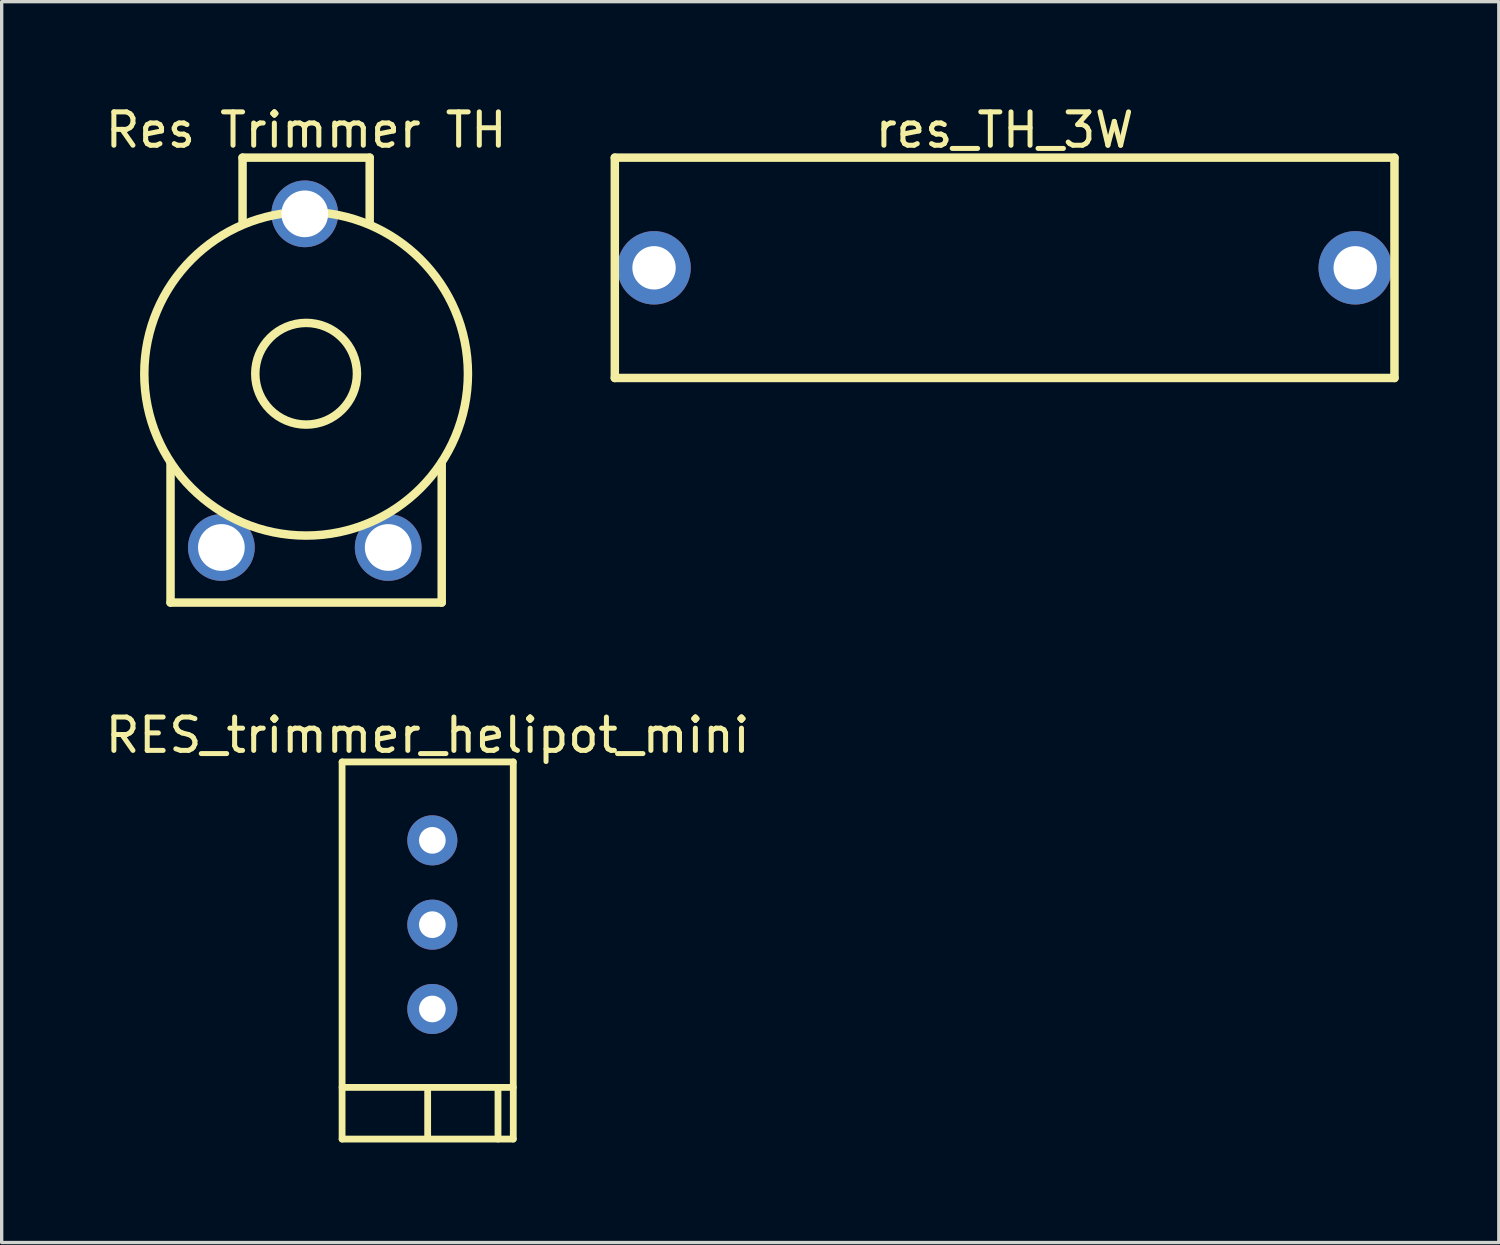
<source format=kicad_pcb>
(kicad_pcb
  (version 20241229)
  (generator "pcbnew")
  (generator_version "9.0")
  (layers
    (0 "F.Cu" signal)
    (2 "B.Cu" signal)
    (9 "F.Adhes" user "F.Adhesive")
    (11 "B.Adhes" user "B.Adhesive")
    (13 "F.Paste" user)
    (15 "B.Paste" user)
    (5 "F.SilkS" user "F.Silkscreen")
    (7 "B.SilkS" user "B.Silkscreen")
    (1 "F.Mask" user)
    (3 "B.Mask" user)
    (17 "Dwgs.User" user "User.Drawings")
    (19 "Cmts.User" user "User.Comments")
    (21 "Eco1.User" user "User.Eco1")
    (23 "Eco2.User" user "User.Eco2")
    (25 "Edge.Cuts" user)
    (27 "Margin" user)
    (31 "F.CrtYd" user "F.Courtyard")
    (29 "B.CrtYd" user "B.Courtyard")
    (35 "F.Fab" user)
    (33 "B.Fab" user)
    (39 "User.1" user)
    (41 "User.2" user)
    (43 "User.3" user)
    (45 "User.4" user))
  (footprint "res_TH_3W"
    (layer "F.Cu")
    (at 27.061 4.977)
    (property "Reference" "res_TH_3W" (at 0 -4.129 0) (layer "F.SilkS") (effects (font (size 1 1) (thickness 0.15))))
    (fp_line (start -11.684 -3.302) (end 11.684 -3.302) (stroke (width 0.254) (type solid)) (layer "F.SilkS"))
    (fp_line (start -11.684 3.302) (end -11.684 -3.302) (stroke (width 0.254) (type solid)) (layer "F.SilkS"))
    (fp_line (start -11.684 3.302) (end 11.684 3.302) (stroke (width 0.254) (type solid)) (layer "F.SilkS"))
    (fp_line (start 11.684 3.302) (end 11.684 -3.302) (stroke (width 0.254) (type solid)) (layer "F.SilkS"))
    (pad "1" thru_hole circle (at -10.508 0) (size 2.2 2.2) (drill 1.3) (layers "*.Cu" "*.Mask"))
    (pad "2" thru_hole circle (at 10.508 0) (size 2.2 2.2) (drill 1.3) (layers "*.Cu" "*.Mask")))
  (footprint "Res Trimmer TH"
    (layer "F.Cu")
    (at 6.085 8.359)
    (property "Reference" "Res Trimmer TH" (at 0.04 -7.511 0) (layer "F.SilkS") (effects (font (size 1 1) (thickness 0.15))))
    (fp_line (start -4.024 6.651) (end -4.024 2.46) (stroke (width 0.254) (type solid)) (layer "F.SilkS"))
    (fp_line (start -4.024 6.651) (end 4.104 6.651) (stroke (width 0.254) (type solid)) (layer "F.SilkS"))
    (fp_line (start -1.865 -6.684) (end 1.945 -6.684) (stroke (width 0.254) (type solid)) (layer "F.SilkS"))
    (fp_line (start -1.865 -4.779) (end -1.865 -6.684) (stroke (width 0.254) (type solid)) (layer "F.SilkS"))
    (fp_line (start 1.945 -4.779) (end 1.945 -6.684) (stroke (width 0.254) (type solid)) (layer "F.SilkS"))
    (fp_line (start 4.104 6.651) (end 4.104 2.46) (stroke (width 0.254) (type solid)) (layer "F.SilkS"))
    (fp_circle (center 0.04 -0.207) (end 0.04 -5.057) (stroke (width 0.254) (type solid)) (fill no) (layer "F.SilkS"))
    (fp_circle (center 0.04 -0.207) (end 0.04 -1.731) (stroke (width 0.254) (type solid)) (fill no) (layer "F.SilkS"))
    (pad "1" thru_hole circle (at -2.5 5) (size 2 2) (drill 1.4) (layers "*.Cu" "*.Mask"))
    (pad "2" thru_hole circle (at 0 -5) (size 2 2) (drill 1.4) (layers "*.Cu" "*.Mask"))
    (pad "3" thru_hole circle (at 2.5 5) (size 2 2) (drill 1.4) (layers "*.Cu" "*.Mask")))
  (footprint "RES_trimmer_helipot_mini"
    (layer "F.Cu")
    (at 9.908 24.664)
    (property "Reference" "RES_trimmer_helipot_mini" (at -0.14 -5.678 0) (layer "F.SilkS") (effects (font (size 1 1) (thickness 0.15))))
    (fp_line (start -2.705 -4.877) (end 2.426 -4.877) (stroke (width 0.203) (type solid)) (layer "F.SilkS"))
    (fp_line (start -2.705 4.877) (end 2.426 4.877) (stroke (width 0.203) (type solid)) (layer "F.SilkS"))
    (fp_line (start -2.705 6.426) (end -2.705 -4.877) (stroke (width 0.203) (type solid)) (layer "F.SilkS"))
    (fp_line (start -2.705 6.426) (end 2.426 6.426) (stroke (width 0.203) (type solid)) (layer "F.SilkS"))
    (fp_line (start -0.14 6.401) (end -0.14 4.902) (stroke (width 0.203) (type solid)) (layer "F.SilkS"))
    (fp_line (start 1.968 6.426) (end 1.968 4.928) (stroke (width 0.203) (type solid)) (layer "F.SilkS"))
    (fp_line (start 2.426 6.426) (end 2.426 -4.877) (stroke (width 0.203) (type solid)) (layer "F.SilkS"))
    (pad "1" thru_hole circle (at 0 -2.527) (size 1.5 1.5) (drill 0.8) (layers "*.Cu" "*.Mask"))
    (pad "2" thru_hole circle (at 0 0) (size 1.5 1.5) (drill 0.8) (layers "*.Cu" "*.Mask"))
    (pad "3" thru_hole circle (at 0 2.527) (size 1.5 1.5) (drill 0.8) (layers "*.Cu" "*.Mask")))
  (gr_rect
    (start -3 -3)
    (end 41.872 34.192)
    (stroke (width 0.1) (type default))
    (fill no)
    (layer "Edge.Cuts")))
</source>
